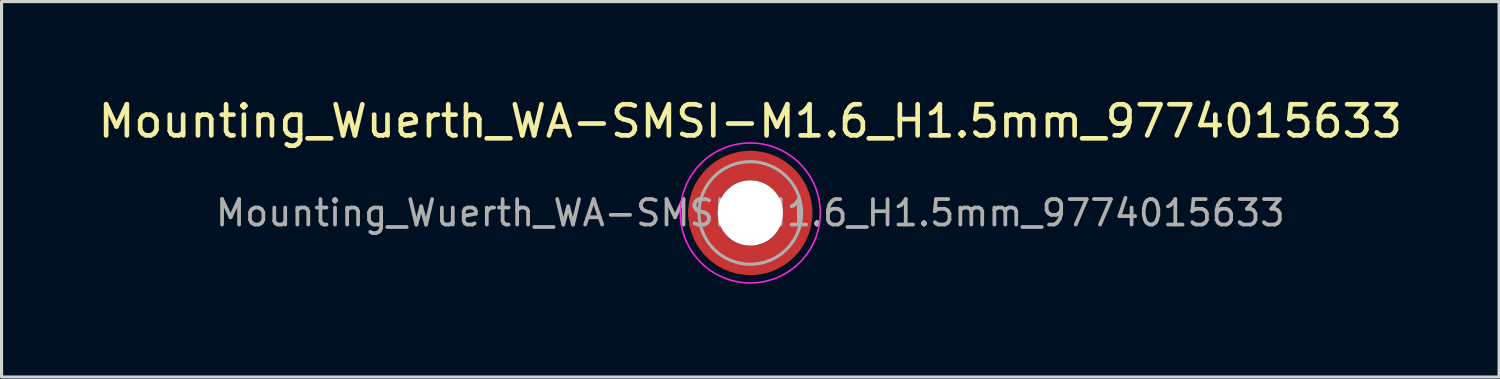
<source format=kicad_pcb>
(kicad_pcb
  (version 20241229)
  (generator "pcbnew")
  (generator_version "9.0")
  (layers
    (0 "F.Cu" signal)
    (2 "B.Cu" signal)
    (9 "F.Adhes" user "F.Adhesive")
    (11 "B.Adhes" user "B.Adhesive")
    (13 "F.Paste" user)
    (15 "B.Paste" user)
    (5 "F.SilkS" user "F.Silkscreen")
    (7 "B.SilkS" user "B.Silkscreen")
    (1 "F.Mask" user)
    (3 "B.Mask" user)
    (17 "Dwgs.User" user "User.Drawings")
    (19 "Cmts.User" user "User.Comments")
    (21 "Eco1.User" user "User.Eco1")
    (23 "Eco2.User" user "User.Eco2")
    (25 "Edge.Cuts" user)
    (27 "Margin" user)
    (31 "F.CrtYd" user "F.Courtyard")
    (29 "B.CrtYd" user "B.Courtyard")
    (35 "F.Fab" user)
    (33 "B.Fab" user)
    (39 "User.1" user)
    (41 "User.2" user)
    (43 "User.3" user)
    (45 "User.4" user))
  (footprint "Mounting_Wuerth_WA-SMSI-M1.6_H1.5mm_9774015633"
    (layer "F.Cu")
    (at 21.077 3.798)
    (property "Reference" "Mounting_Wuerth_WA-SMSI-M1.6_H1.5mm_9774015633" (at 0 -2.95 0) (layer "F.SilkS") (effects (font (size 1 1) (thickness 0.15))))
    (attr smd)
    (fp_circle (center 0 0) (end 2.25 0) (stroke (width 0.05) (type solid)) (fill no) (layer "F.CrtYd"))
    (fp_circle (center 0 0) (end 1.65 0) (stroke (width 0.1) (type solid)) (fill no) (layer "F.Fab"))
    (fp_text user "${REFERENCE}" (at 0 0 0) (layer "F.Fab") (effects (font (size 0.82 0.82) (thickness 0.12))))
    (pad "" smd custom (at -1.061 -1.061) (size 0.4 0.4) (layers "F.Paste") (options (anchor circle)) (primitives (gr_arc (start -0.101235 0.76066) (mid 0.212132 0.212132) (end 0.76066 -0.101235) (width 0.2)) (gr_arc (start -0.204251 0.76066) (mid 0.141421 0.141421) (end 0.76066 -0.204251) (width 0.2)) (gr_arc (start -0.306819 0.76066) (mid 0.070711 0.070711) (end 0.76066 -0.306819) (width 0.2)) (gr_arc (start -0.409034 0.76066) (mid 0 0) (end 0.76066 -0.409034) (width 0.2)) (gr_arc (start -0.510963 0.76066) (mid -0.070711 -0.070711) (end 0.76066 -0.510963) (width 0.2)) (gr_arc (start -0.61266 0.76066) (mid -0.141421 -0.141421) (end 0.76066 -0.61266) (width 0.2)) (gr_arc (start -0.714164 0.76066) (mid -0.212132 -0.212132) (end 0.76066 -0.714164) (width 0.2)) (gr_line (start 0.761 -0.101) (end 0.761 -0.714) (width 0.2)) (gr_line (start -0.101 0.761) (end -0.714 0.761) (width 0.2))))
    (pad "" smd custom (at -1.061 1.061) (size 0.4 0.4) (layers "F.Paste") (options (anchor circle)) (primitives (gr_arc (start 0.76066 0.101235) (mid 0.212132 -0.212132) (end -0.101235 -0.76066) (width 0.2)) (gr_arc (start 0.76066 0.204251) (mid 0.141421 -0.141421) (end -0.204251 -0.76066) (width 0.2)) (gr_arc (start 0.76066 0.306819) (mid 0.070711 -0.070711) (end -0.306819 -0.76066) (width 0.2)) (gr_arc (start 0.76066 0.409034) (mid 0 0) (end -0.409034 -0.76066) (width 0.2)) (gr_arc (start 0.76066 0.510963) (mid -0.070711 0.070711) (end -0.510963 -0.76066) (width 0.2)) (gr_arc (start 0.76066 0.61266) (mid -0.141421 0.141421) (end -0.61266 -0.76066) (width 0.2)) (gr_arc (start 0.76066 0.714164) (mid -0.212132 0.212132) (end -0.714164 -0.76066) (width 0.2)) (gr_line (start -0.101 -0.761) (end -0.714 -0.761) (width 0.2)) (gr_line (start 0.761 0.101) (end 0.761 0.714) (width 0.2))))
    (pad "" np_thru_hole circle (at 0 0) (size 2.1 2.1) (drill 2.1) (layers "*.Cu" "*.Mask"))
    (pad "" smd custom (at 1.061 -1.061) (size 0.4 0.4) (layers "F.Paste") (options (anchor circle)) (primitives (gr_arc (start -0.76066 -0.101235) (mid -0.212132 0.212132) (end 0.101235 0.76066) (width 0.2)) (gr_arc (start -0.76066 -0.204251) (mid -0.141421 0.141421) (end 0.204251 0.76066) (width 0.2)) (gr_arc (start -0.76066 -0.306819) (mid -0.070711 0.070711) (end 0.306819 0.76066) (width 0.2)) (gr_arc (start -0.76066 -0.409034) (mid 0 0) (end 0.409034 0.76066) (width 0.2)) (gr_arc (start -0.76066 -0.510963) (mid 0.070711 -0.070711) (end 0.510963 0.76066) (width 0.2)) (gr_arc (start -0.76066 -0.61266) (mid 0.141421 -0.141421) (end 0.61266 0.76066) (width 0.2)) (gr_arc (start -0.76066 -0.714164) (mid 0.212132 -0.212132) (end 0.714164 0.76066) (width 0.2)) (gr_line (start 0.101 0.761) (end 0.714 0.761) (width 0.2)) (gr_line (start -0.761 -0.101) (end -0.761 -0.714) (width 0.2))))
    (pad "" smd custom (at 1.061 1.061) (size 0.4 0.4) (layers "F.Paste") (options (anchor circle)) (primitives (gr_arc (start 0.101235 -0.76066) (mid -0.212132 -0.212132) (end -0.76066 0.101235) (width 0.2)) (gr_arc (start 0.204251 -0.76066) (mid -0.141421 -0.141421) (end -0.76066 0.204251) (width 0.2)) (gr_arc (start 0.306819 -0.76066) (mid -0.070711 -0.070711) (end -0.76066 0.306819) (width 0.2)) (gr_arc (start 0.409034 -0.76066) (mid 0 0) (end -0.76066 0.409034) (width 0.2)) (gr_arc (start 0.510963 -0.76066) (mid 0.070711 0.070711) (end -0.76066 0.510963) (width 0.2)) (gr_arc (start 0.61266 -0.76066) (mid 0.141421 0.141421) (end -0.76066 0.61266) (width 0.2)) (gr_arc (start 0.714164 -0.76066) (mid 0.212132 0.212132) (end -0.76066 0.714164) (width 0.2)) (gr_line (start -0.761 0.101) (end -0.761 0.714) (width 0.2)) (gr_line (start 0.101 -0.761) (end 0.714 -0.761) (width 0.2))))
    (pad "1" smd circle (at -1.525 0) (size 0.95 0.95) (layers "F.Cu"))
    (pad "1" smd circle (at 0 -1.525) (size 0.95 0.95) (layers "F.Cu"))
    (pad "1" smd circle (at 0 1.525) (size 0.95 0.95) (layers "F.Cu"))
    (pad "1" smd custom (at 1.525 0) (size 0.95 0.95) (layers "F.Cu" "F.Mask") (options (anchor circle)) (primitives (gr_circle (center -1.525 0) (end 0 0) (width 0.95) (fill no)))))
  (gr_rect
    (start -3 -3)
    (end 45.155 9.073)
    (stroke (width 0.1) (type default))
    (fill no)
    (layer "Edge.Cuts")))
</source>
